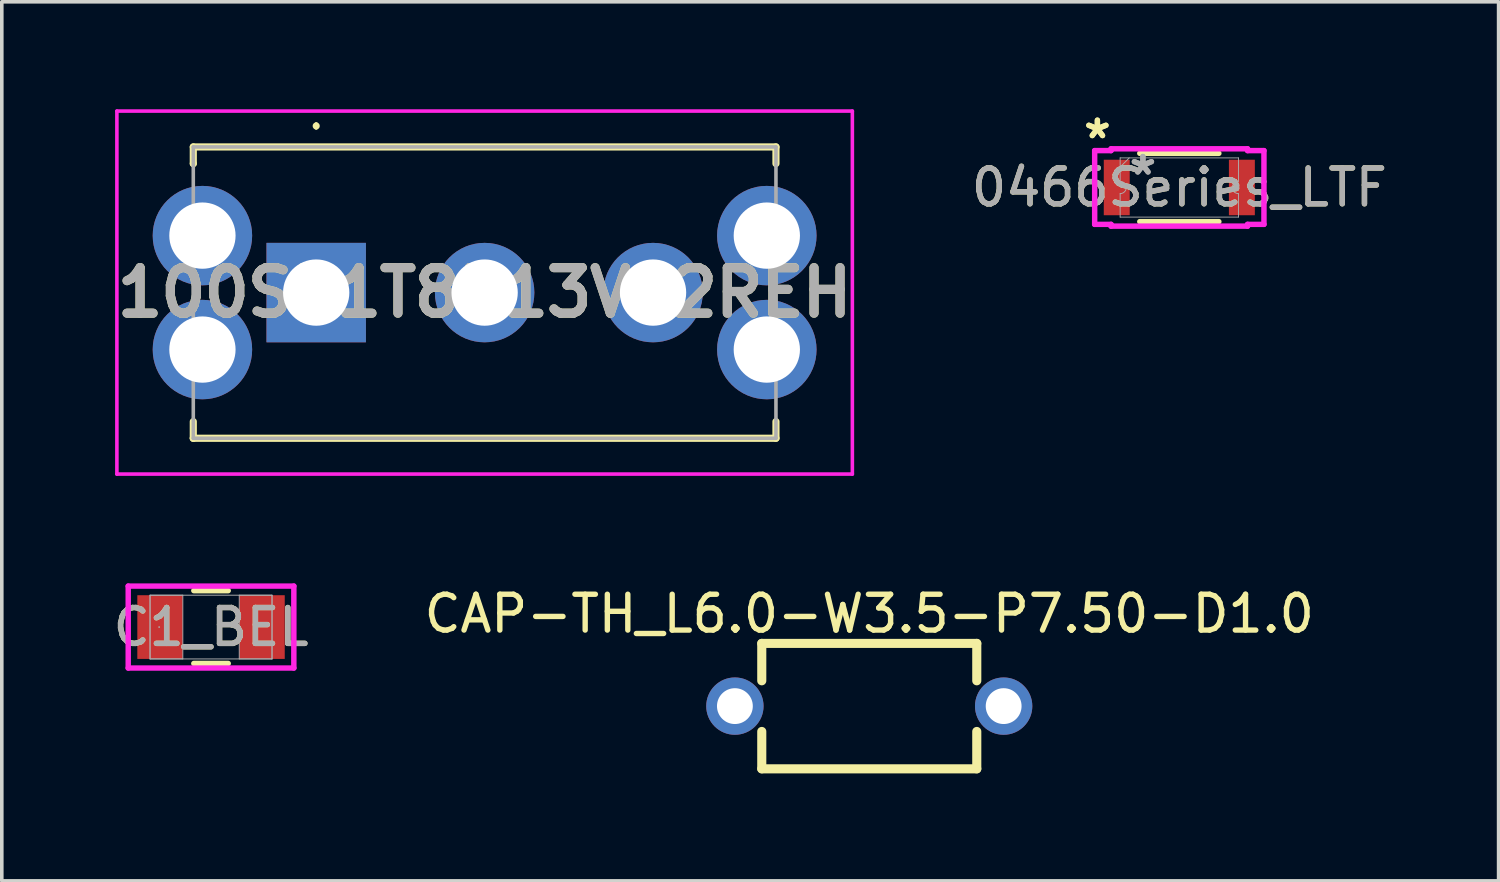
<source format=kicad_pcb>
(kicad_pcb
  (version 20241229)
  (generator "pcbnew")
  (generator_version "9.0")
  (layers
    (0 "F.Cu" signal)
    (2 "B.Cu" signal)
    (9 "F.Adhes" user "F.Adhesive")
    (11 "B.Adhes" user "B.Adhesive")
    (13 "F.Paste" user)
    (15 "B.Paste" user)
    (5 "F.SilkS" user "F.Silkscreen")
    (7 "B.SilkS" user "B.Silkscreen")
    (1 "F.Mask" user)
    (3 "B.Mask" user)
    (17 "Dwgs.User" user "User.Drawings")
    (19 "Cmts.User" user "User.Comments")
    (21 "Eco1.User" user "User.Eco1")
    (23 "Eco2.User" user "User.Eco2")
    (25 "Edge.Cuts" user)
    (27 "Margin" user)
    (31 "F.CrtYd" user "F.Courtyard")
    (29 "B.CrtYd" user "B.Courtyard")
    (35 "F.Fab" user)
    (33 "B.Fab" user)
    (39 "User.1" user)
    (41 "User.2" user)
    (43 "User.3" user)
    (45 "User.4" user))
  (footprint "0466Series_LTF"
    (layer "F.Cu")
    (at 29.86 2.182)
    (property "Reference" "0466Series_LTF" (at 0 0 0) (unlocked yes) (layer "F.SilkS") (effects (font (size 1 1) (thickness 0.15))))
    (attr smd)
    (fp_line (start -1.103 -0.953) (end 1.103 -0.953) (stroke (width 0.152) (type solid)) (layer "F.SilkS"))
    (fp_line (start -1.103 0.953) (end 1.103 0.953) (stroke (width 0.152) (type solid)) (layer "F.SilkS"))
    (fp_line (start -2.362 -1.029) (end -1.905 -1.029) (stroke (width 0.152) (type solid)) (layer "F.CrtYd"))
    (fp_line (start -2.362 1.029) (end -2.362 -1.029) (stroke (width 0.152) (type solid)) (layer "F.CrtYd"))
    (fp_line (start -2.362 1.029) (end -1.905 1.029) (stroke (width 0.152) (type solid)) (layer "F.CrtYd"))
    (fp_line (start -1.905 -1.079) (end 1.905 -1.079) (stroke (width 0.152) (type solid)) (layer "F.CrtYd"))
    (fp_line (start -1.905 -1.029) (end -1.905 -1.079) (stroke (width 0.152) (type solid)) (layer "F.CrtYd"))
    (fp_line (start -1.905 1.079) (end -1.905 1.029) (stroke (width 0.152) (type solid)) (layer "F.CrtYd"))
    (fp_line (start 1.905 -1.079) (end 1.905 -1.029) (stroke (width 0.152) (type solid)) (layer "F.CrtYd"))
    (fp_line (start 1.905 1.029) (end 1.905 1.079) (stroke (width 0.152) (type solid)) (layer "F.CrtYd"))
    (fp_line (start 1.905 1.079) (end -1.905 1.079) (stroke (width 0.152) (type solid)) (layer "F.CrtYd"))
    (fp_line (start 2.362 -1.029) (end 1.905 -1.029) (stroke (width 0.152) (type solid)) (layer "F.CrtYd"))
    (fp_line (start 2.362 -1.029) (end 2.362 1.029) (stroke (width 0.152) (type solid)) (layer "F.CrtYd"))
    (fp_line (start 2.362 1.029) (end 1.905 1.029) (stroke (width 0.152) (type solid)) (layer "F.CrtYd"))
    (fp_line (start -1.651 -0.826) (end 1.651 -0.826) (stroke (width 0.025) (type solid)) (layer "F.Fab"))
    (fp_line (start -1.651 -0.171) (end -1.651 -0.826) (stroke (width 0.025) (type solid)) (layer "F.Fab"))
    (fp_line (start -1.651 0.171) (end -1.651 0.826) (stroke (width 0.025) (type solid)) (layer "F.Fab"))
    (fp_line (start -1.651 0.826) (end 1.651 0.826) (stroke (width 0.025) (type solid)) (layer "F.Fab"))
    (fp_line (start -1.397 -0.826) (end -1.651 -0.572) (stroke (width 0.025) (type solid)) (layer "F.Fab"))
    (fp_line (start 1.651 -0.171) (end 1.651 -0.826) (stroke (width 0.025) (type solid)) (layer "F.Fab"))
    (fp_line (start 1.651 0.171) (end 1.651 0.826) (stroke (width 0.025) (type solid)) (layer "F.Fab"))
    (fp_arc (start -1.651 -0.17145) (mid -1.47955 0) (end -1.651 0.17145) (stroke (width 0.0254) (type solid)) (layer "F.Fab"))
    (fp_arc (start 1.651 0.17145) (mid 1.47955 0) (end 1.651 -0.17145) (stroke (width 0.0254) (type solid)) (layer "F.Fab"))
    (fp_text user "*" (at -2.286 -1.333 0) (layer "F.SilkS") (effects (font (size 1 1) (thickness 0.15))))
    (fp_text user "*" (at -2.286 -1.333 0) (unlocked yes) (layer "F.SilkS") (effects (font (size 1 1) (thickness 0.15))))
    (fp_text user "*" (at -1.016 -0.318 0) (layer "F.Fab") (effects (font (size 1 1) (thickness 0.15))))
    (fp_text user "*" (at -1.016 -0.318 0) (unlocked yes) (layer "F.Fab") (effects (font (size 1 1) (thickness 0.15))))
    (fp_text user "${REFERENCE}" (at 0 0 0) (unlocked yes) (layer "F.Fab") (effects (font (size 1 1) (thickness 0.15))))
    (pad "1" smd rect (at -1.746 0) (size 0.724 1.549) (layers "F.Cu" "F.Mask" "F.Paste"))
    (pad "2" smd rect (at 1.746 0) (size 0.724 1.549) (layers "F.Cu" "F.Mask" "F.Paste")))
  (footprint "100SP1T8B13VS2REH"
    (layer "F.Cu")
    (at 5.774 5.115)
    (property "Reference" "100SP1T8B13VS2REH" (at 4.7 0 0) (layer "F.SilkS") (effects (font (size 1.27 1.27) (thickness 0.254))))
    (attr through_hole)
    (fp_line (start -3.43 -4.065) (end 12.83 -4.065) (stroke (width 0.2) (type solid)) (layer "F.SilkS"))
    (fp_line (start -3.43 -3.6) (end -3.43 -4.065) (stroke (width 0.2) (type solid)) (layer "F.SilkS"))
    (fp_line (start -3.43 -3.6) (end -3.43 -3.6) (stroke (width 0.2) (type solid)) (layer "F.SilkS"))
    (fp_line (start -3.43 3.6) (end -3.43 4.065) (stroke (width 0.2) (type solid)) (layer "F.SilkS"))
    (fp_line (start -3.43 4.065) (end -3.43 4.065) (stroke (width 0.2) (type solid)) (layer "F.SilkS"))
    (fp_line (start -3.43 4.065) (end 12.83 4.065) (stroke (width 0.2) (type solid)) (layer "F.SilkS"))
    (fp_line (start 0 -4.7) (end 0 -4.7) (stroke (width 0.1) (type solid)) (layer "F.SilkS"))
    (fp_line (start 0 -4.6) (end 0 -4.6) (stroke (width 0.1) (type solid)) (layer "F.SilkS"))
    (fp_line (start 12.83 -4.065) (end 12.83 -3.6) (stroke (width 0.2) (type solid)) (layer "F.SilkS"))
    (fp_line (start 12.83 4.065) (end 12.83 3.6) (stroke (width 0.2) (type solid)) (layer "F.SilkS"))
    (fp_arc (start 0 -4.7) (mid 0.05 -4.65) (end 0 -4.6) (stroke (width 0.1) (type solid)) (layer "F.SilkS"))
    (fp_arc (start 0 -4.6) (mid -0.05 -4.65) (end 0 -4.7) (stroke (width 0.1) (type solid)) (layer "F.SilkS"))
    (fp_line (start -5.562 -5.065) (end 14.962 -5.065) (stroke (width 0.1) (type solid)) (layer "F.CrtYd"))
    (fp_line (start -5.562 5.065) (end -5.562 -5.065) (stroke (width 0.1) (type solid)) (layer "F.CrtYd"))
    (fp_line (start 14.962 -5.065) (end 14.962 5.065) (stroke (width 0.1) (type solid)) (layer "F.CrtYd"))
    (fp_line (start 14.962 5.065) (end -5.562 5.065) (stroke (width 0.1) (type solid)) (layer "F.CrtYd"))
    (fp_line (start -3.43 -4.065) (end 12.83 -4.065) (stroke (width 0.1) (type solid)) (layer "F.Fab"))
    (fp_line (start -3.43 4.065) (end -3.43 -4.065) (stroke (width 0.1) (type solid)) (layer "F.Fab"))
    (fp_line (start 12.83 -4.065) (end 12.83 4.065) (stroke (width 0.1) (type solid)) (layer "F.Fab"))
    (fp_line (start 12.83 4.065) (end -3.43 4.065) (stroke (width 0.1) (type solid)) (layer "F.Fab"))
    (fp_text user "${REFERENCE}" (at 4.7 0 0) (layer "F.Fab") (effects (font (size 1.27 1.27) (thickness 0.254))))
    (pad "1" thru_hole rect (at 0 0) (size 2.775 2.775) (drill 1.85) (layers "*.Cu" "*.Mask"))
    (pad "2" thru_hole circle (at 4.7 0) (size 2.775 2.775) (drill 1.85) (layers "*.Cu" "*.Mask"))
    (pad "3" thru_hole circle (at 9.4 0) (size 2.775 2.775) (drill 1.85) (layers "*.Cu" "*.Mask"))
    (pad "4" thru_hole circle (at -3.175 -1.59) (size 2.775 2.775) (drill 1.85) (layers "*.Cu" "*.Mask"))
    (pad "5" thru_hole circle (at -3.175 1.59) (size 2.775 2.775) (drill 1.85) (layers "*.Cu" "*.Mask"))
    (pad "6" thru_hole circle (at 12.575 -1.59) (size 2.775 2.775) (drill 1.85) (layers "*.Cu" "*.Mask"))
    (pad "7" thru_hole circle (at 12.575 1.59) (size 2.775 2.775) (drill 1.85) (layers "*.Cu" "*.Mask")))
  (footprint "C1_BEL"
    (layer "F.Cu")
    (at 2.839 14.449)
    (property "Reference" "C1_BEL" (at 0 0 0) (unlocked yes) (layer "F.SilkS") (effects (font (size 1 1) (thickness 0.15))))
    (attr smd)
    (fp_line (start -0.48 1.016) (end 0.48 1.016) (stroke (width 0.152) (type solid)) (layer "F.SilkS"))
    (fp_line (start 0.48 -1.016) (end -0.48 -1.016) (stroke (width 0.152) (type solid)) (layer "F.SilkS"))
    (fp_line (start -2.311 -1.143) (end 2.311 -1.143) (stroke (width 0.152) (type solid)) (layer "F.CrtYd"))
    (fp_line (start -2.311 1.143) (end -2.311 -1.143) (stroke (width 0.152) (type solid)) (layer "F.CrtYd"))
    (fp_line (start 2.311 -1.143) (end 2.311 1.143) (stroke (width 0.152) (type solid)) (layer "F.CrtYd"))
    (fp_line (start 2.311 1.143) (end -2.311 1.143) (stroke (width 0.152) (type solid)) (layer "F.CrtYd"))
    (fp_line (start -1.702 -0.889) (end -1.702 0.889) (stroke (width 0.025) (type solid)) (layer "F.Fab"))
    (fp_line (start -1.702 -0.889) (end -1.702 0.889) (stroke (width 0.025) (type solid)) (layer "F.Fab"))
    (fp_line (start -1.702 0.889) (end -0.787 0.889) (stroke (width 0.025) (type solid)) (layer "F.Fab"))
    (fp_line (start -1.702 0.889) (end 1.702 0.889) (stroke (width 0.025) (type solid)) (layer "F.Fab"))
    (fp_line (start -0.787 -0.889) (end -1.702 -0.889) (stroke (width 0.025) (type solid)) (layer "F.Fab"))
    (fp_line (start -0.787 0.889) (end -0.787 -0.889) (stroke (width 0.025) (type solid)) (layer "F.Fab"))
    (fp_line (start 0.787 -0.889) (end 0.787 0.889) (stroke (width 0.025) (type solid)) (layer "F.Fab"))
    (fp_line (start 0.787 0.889) (end 1.702 0.889) (stroke (width 0.025) (type solid)) (layer "F.Fab"))
    (fp_line (start 1.702 -0.889) (end -1.702 -0.889) (stroke (width 0.025) (type solid)) (layer "F.Fab"))
    (fp_line (start 1.702 -0.889) (end 0.787 -0.889) (stroke (width 0.025) (type solid)) (layer "F.Fab"))
    (fp_line (start 1.702 0.889) (end 1.702 -0.889) (stroke (width 0.025) (type solid)) (layer "F.Fab"))
    (fp_line (start 1.702 0.889) (end 1.702 -0.889) (stroke (width 0.025) (type solid)) (layer "F.Fab"))
    (fp_circle (center -1.448 0) (end -1.448 0) (stroke (width 0.025) (type solid)) (fill no) (layer "F.Fab"))
    (fp_text user "${REFERENCE}" (at 0 0 0) (unlocked yes) (layer "F.Fab") (effects (font (size 1 1) (thickness 0.15))))
    (pad "1" smd rect (at -1.422 0) (size 1.27 1.778) (layers "F.Cu" "F.Mask" "F.Paste"))
    (pad "2" smd rect (at 1.422 0) (size 1.27 1.778) (layers "F.Cu" "F.Mask" "F.Paste"))
    (zone (net_name "") (layer "F.Cu") (hatch full 0.508) (connect_pads) (min_thickness 0.254) (filled_areas_thickness no) (keepout (tracks not_allowed) (vias not_allowed) (pads allowed) (copperpour not_allowed) (footprints allowed)) (placement (enabled no)) (fill) (polygon (pts (xy 2.103 13.611) (xy 3.576 13.611) (xy 3.576 15.287) (xy 2.103 15.287)))))
  (footprint "CAP-TH_L6.0-W3.5-P7.50-D1.0"
    (layer "F.Cu")
    (at 21.208 16.655)
    (property "Reference" "CAP-TH_L6.0-W3.5-P7.50-D1.0" (at 0 -2.577 0) (layer "F.SilkS") (effects (font (size 1 1) (thickness 0.15))))
    (fp_line (start -3 -1.75) (end -3 -0.707) (stroke (width 0.254) (type default)) (layer "F.SilkS"))
    (fp_line (start -3 -1.75) (end 3 -1.75) (stroke (width 0.254) (type default)) (layer "F.SilkS"))
    (fp_line (start -3 0.707) (end -3 1.75) (stroke (width 0.254) (type default)) (layer "F.SilkS"))
    (fp_line (start 3 -1.75) (end 3 -0.707) (stroke (width 0.254) (type default)) (layer "F.SilkS"))
    (fp_line (start 3 0.707) (end 3 1.75) (stroke (width 0.254) (type default)) (layer "F.SilkS"))
    (fp_line (start 3 1.75) (end -3 1.75) (stroke (width 0.254) (type default)) (layer "F.SilkS"))
    (fp_poly (pts (xy -4.05 0.3) (xy -4.05 -0.3) (xy -2.97 -0.3) (xy -2.97 0.3)) (stroke (width 0.1) (type default)) (fill no) (layer "User.1"))
    (fp_poly (pts (xy 4.05 -0.3) (xy 4.05 0.3) (xy 2.97 0.3) (xy 2.97 -0.3)) (stroke (width 0.1) (type default)) (fill no) (layer "User.1"))
    (fp_poly (pts (xy -3.45 0) (xy -3.468 -0.103) (xy -3.52 -0.193) (xy -3.6 -0.26) (xy -3.698 -0.295) (xy -3.802 -0.295) (xy -3.9 -0.26) (xy -3.98 -0.193) (xy -4.032 -0.103) (xy -4.05 0) (xy -4.032 0.103) (xy -3.98 0.193) (xy -3.9 0.26) (xy -3.802 0.295) (xy -3.698 0.295) (xy -3.6 0.26) (xy -3.52 0.193) (xy -3.468 0.103)) (stroke (width 0.1) (type default)) (fill no) (layer "User.1"))
    (fp_poly (pts (xy 4.05 0) (xy 4.032 -0.103) (xy 3.98 -0.193) (xy 3.9 -0.26) (xy 3.802 -0.295) (xy 3.698 -0.295) (xy 3.6 -0.26) (xy 3.52 -0.193) (xy 3.468 -0.103) (xy 3.45 0) (xy 3.468 0.103) (xy 3.52 0.193) (xy 3.6 0.26) (xy 3.698 0.295) (xy 3.802 0.295) (xy 3.9 0.26) (xy 3.98 0.193) (xy 4.032 0.103)) (stroke (width 0.1) (type default)) (fill no) (layer "User.1"))
    (fp_line (start -3 -1.75) (end 3 -1.75) (stroke (width 0.051) (type default)) (layer "User.2"))
    (fp_line (start -3 1.75) (end -3 -1.75) (stroke (width 0.051) (type default)) (layer "User.2"))
    (fp_line (start 3 -1.75) (end 3 1.75) (stroke (width 0.051) (type default)) (layer "User.2"))
    (fp_line (start 3 1.75) (end -3 1.75) (stroke (width 0.051) (type default)) (layer "User.2"))
    (fp_poly (pts (xy -3.99 1.75) (xy -4.008 1.708) (xy -4.05 1.69) (xy -4.092 1.708) (xy -4.11 1.75) (xy -4.092 1.792) (xy -4.05 1.81) (xy -4.008 1.792)) (stroke (width 0.1) (type default)) (fill no) (layer "User.3"))
    (pad "1" thru_hole circle (at -3.75 0) (size 1.6 1.6) (drill 1) (layers "*.Cu" "*.Mask"))
    (pad "2" thru_hole circle (at 3.75 0) (size 1.6 1.6) (drill 1) (layers "*.Cu" "*.Mask")))
  (gr_rect
    (start -3 -3)
    (end 38.77 21.532)
    (stroke (width 0.1) (type default))
    (fill no)
    (layer "Edge.Cuts")))
</source>
